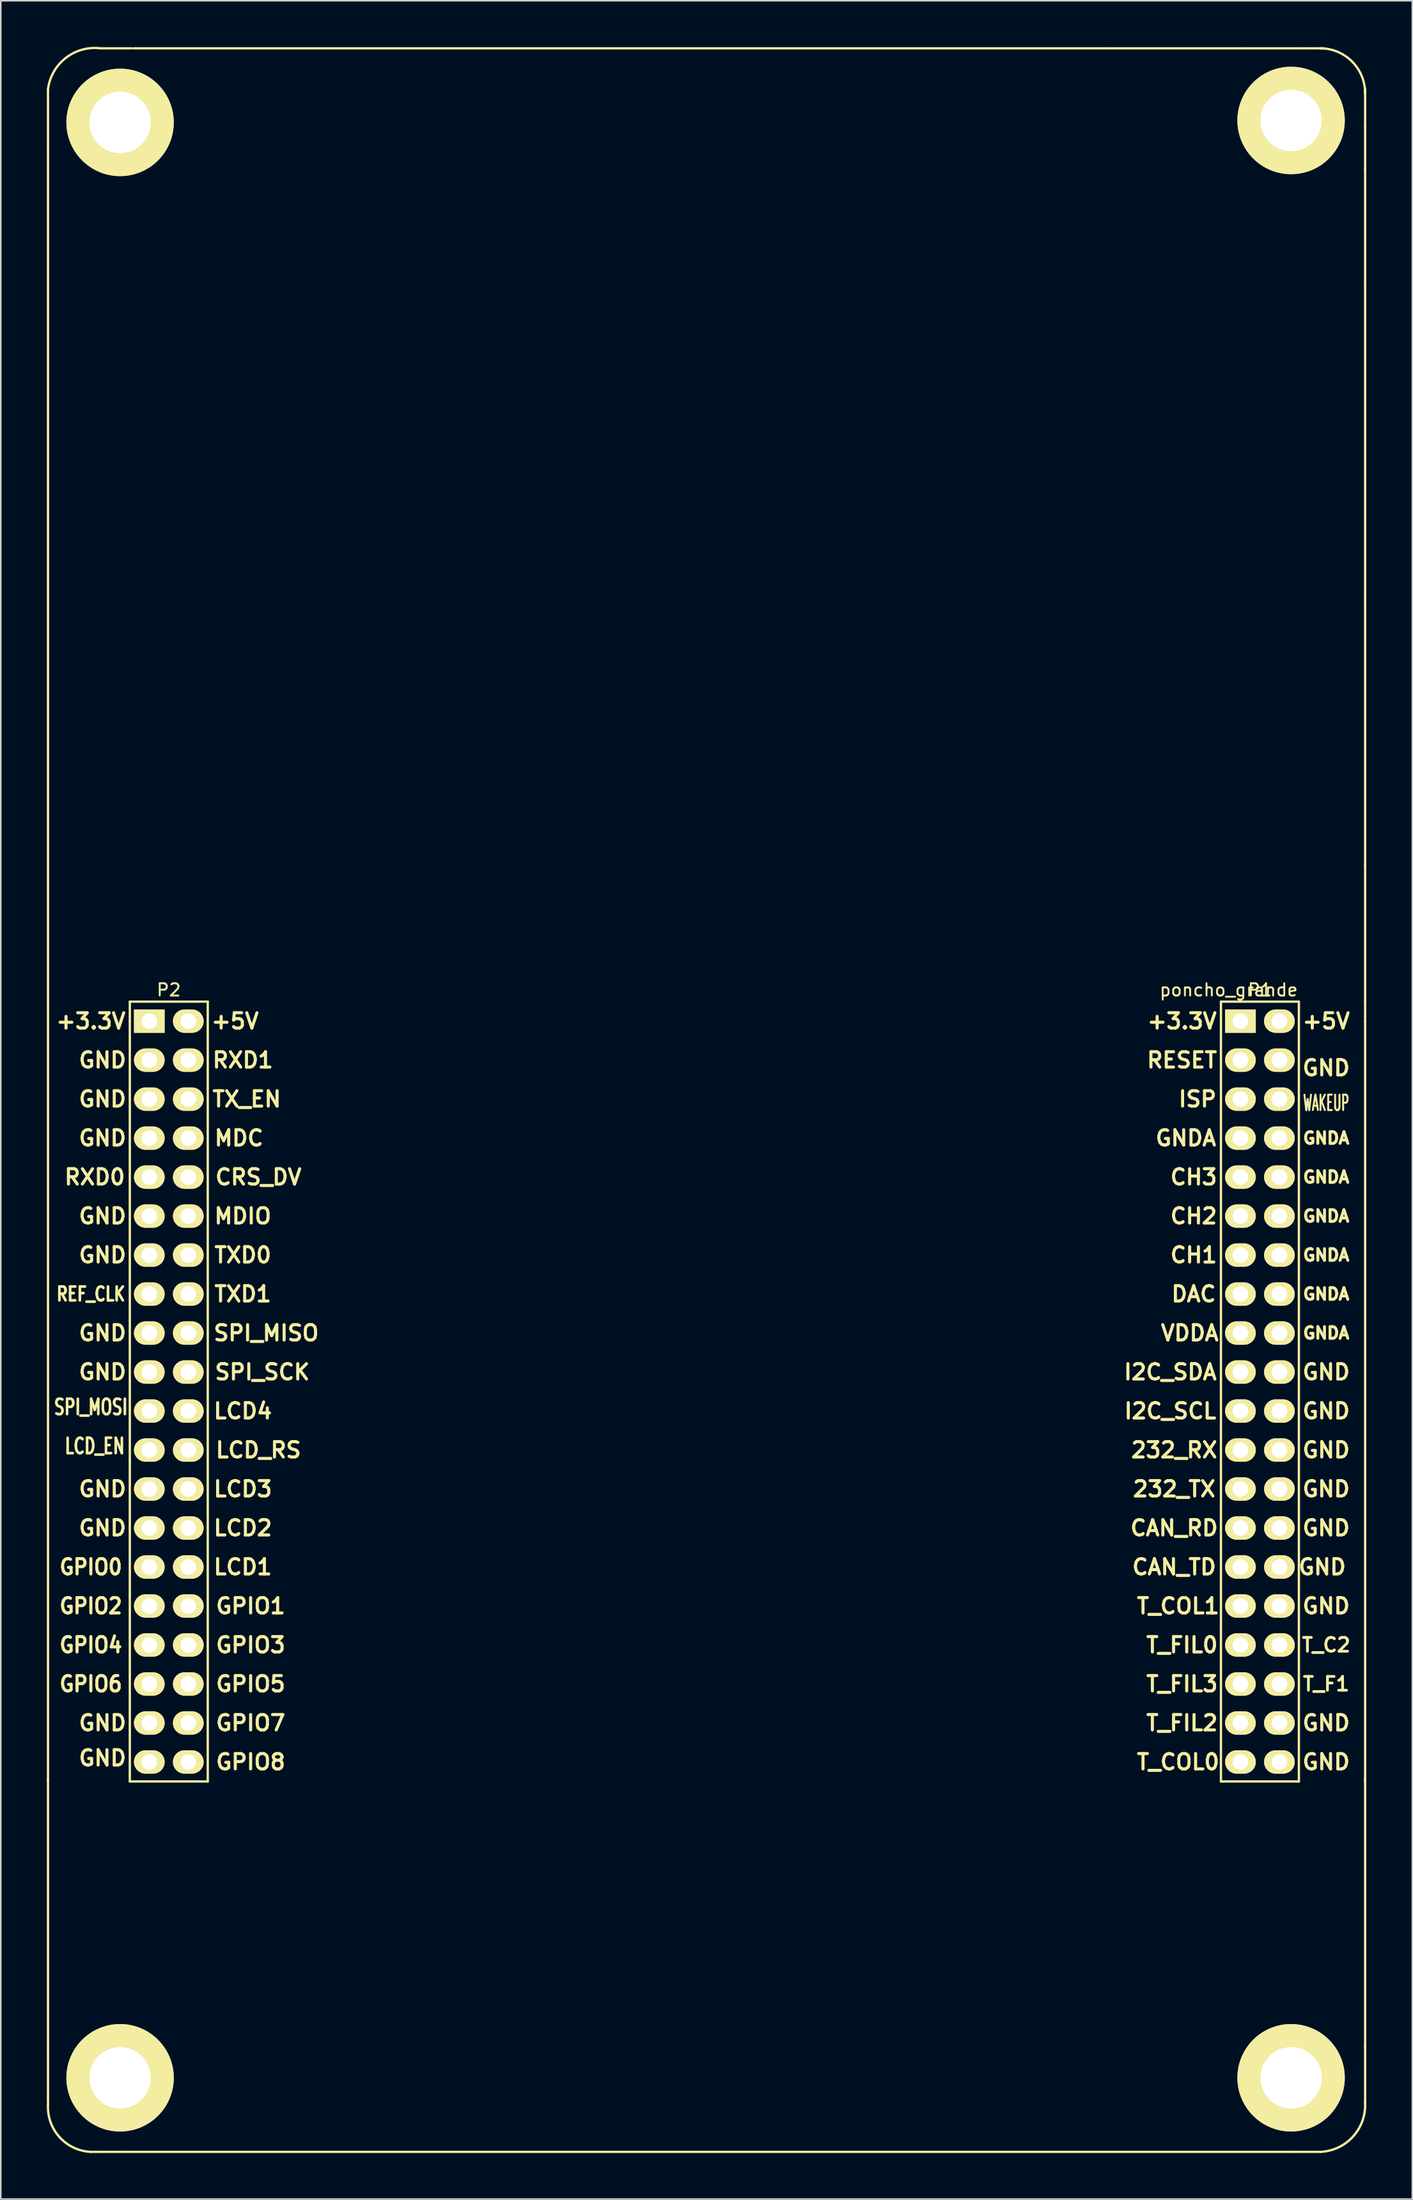
<source format=kicad_pcb>
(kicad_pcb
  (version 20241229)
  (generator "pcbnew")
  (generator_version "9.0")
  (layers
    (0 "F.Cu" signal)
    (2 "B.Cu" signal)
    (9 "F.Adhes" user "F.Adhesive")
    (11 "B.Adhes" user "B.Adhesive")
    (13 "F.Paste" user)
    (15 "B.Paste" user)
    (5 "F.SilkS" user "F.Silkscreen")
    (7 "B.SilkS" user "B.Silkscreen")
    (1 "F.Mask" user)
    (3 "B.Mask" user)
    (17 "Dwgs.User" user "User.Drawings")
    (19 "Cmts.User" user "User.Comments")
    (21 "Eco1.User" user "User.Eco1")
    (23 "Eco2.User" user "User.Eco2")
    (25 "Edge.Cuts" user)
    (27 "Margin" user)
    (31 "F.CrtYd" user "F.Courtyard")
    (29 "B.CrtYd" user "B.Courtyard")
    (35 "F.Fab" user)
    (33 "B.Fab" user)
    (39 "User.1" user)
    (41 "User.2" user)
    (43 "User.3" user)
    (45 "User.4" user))
  (footprint "poncho_grande"
    (layer "F.Cu")
    (at 77.802 63.472)
    (property "Reference" "poncho_grande" (at -0.762 -2.032 180) (layer "F.SilkS") (effects (font (size 0.8 0.8) (thickness 0.12))))
    (attr through_hole)
    (fp_line (start -77.724 -60.706) (end -77.724 -56.769) (stroke (width 0.15) (type solid)) (layer "F.SilkS"))
    (fp_line (start -77.724 -1.27) (end -77.724 -56.769) (stroke (width 0.15) (type solid)) (layer "F.SilkS"))
    (fp_line (start -77.724 -1.27) (end -77.724 49.53) (stroke (width 0.15) (type solid)) (layer "F.SilkS"))
    (fp_line (start -77.724 49.403) (end -77.724 67.056) (stroke (width 0.15) (type solid)) (layer "F.SilkS"))
    (fp_line (start -77.724 67.056) (end -77.724 70.104) (stroke (width 0.15) (type solid)) (layer "F.SilkS"))
    (fp_line (start -77.724 70.612) (end -77.724 70.104) (stroke (width 0.15) (type solid)) (layer "F.SilkS"))
    (fp_line (start -74.422 73.66) (end -74.93 73.66) (stroke (width 0.15) (type solid)) (layer "F.SilkS"))
    (fp_line (start -73.025 73.66) (end -74.422 73.66) (stroke (width 0.15) (type solid)) (layer "F.SilkS"))
    (fp_line (start -72.39 -1.27) (end -67.31 -1.27) (stroke (width 0.15) (type solid)) (layer "F.SilkS"))
    (fp_line (start -72.39 0) (end -72.39 -1.27) (stroke (width 0.15) (type solid)) (layer "F.SilkS"))
    (fp_line (start -72.39 49.53) (end -72.39 0) (stroke (width 0.15) (type solid)) (layer "F.SilkS"))
    (fp_line (start -72.263 -63.373) (end -74.295 -63.373) (stroke (width 0.15) (type solid)) (layer "F.SilkS"))
    (fp_line (start -67.31 -1.27) (end -67.31 49.53) (stroke (width 0.15) (type solid)) (layer "F.SilkS"))
    (fp_line (start -67.31 49.53) (end -72.39 49.53) (stroke (width 0.15) (type solid)) (layer "F.SilkS"))
    (fp_line (start -8.636 -63.373) (end -72.136 -63.373) (stroke (width 0.15) (type solid)) (layer "F.SilkS"))
    (fp_line (start -1.27 49.53) (end -1.27 -1.27) (stroke (width 0.15) (type solid)) (layer "F.SilkS"))
    (fp_line (start 0 -63.373) (end -8.636 -63.373) (stroke (width 0.15) (type solid)) (layer "F.SilkS"))
    (fp_line (start 0 -63.373) (end 3.937 -63.373) (stroke (width 0.15) (type solid)) (layer "F.SilkS"))
    (fp_line (start 3.302 73.66) (end -73.025 73.66) (stroke (width 0.15) (type solid)) (layer "F.SilkS"))
    (fp_line (start 3.302 73.66) (end 5.207 73.66) (stroke (width 0.15) (type solid)) (layer "F.SilkS"))
    (fp_line (start 3.81 -1.27) (end -1.27 -1.27) (stroke (width 0.15) (type solid)) (layer "F.SilkS"))
    (fp_line (start 3.81 49.53) (end -1.27 49.53) (stroke (width 0.15) (type solid)) (layer "F.SilkS"))
    (fp_line (start 3.81 49.53) (end 3.81 -1.27) (stroke (width 0.15) (type solid)) (layer "F.SilkS"))
    (fp_line (start 3.937 -63.373) (end 4.826 -63.373) (stroke (width 0.15) (type solid)) (layer "F.SilkS"))
    (fp_line (start 5.461 -63.373) (end 4.826 -63.373) (stroke (width 0.15) (type solid)) (layer "F.SilkS"))
    (fp_line (start 8.128 -60.706) (end 8.128 -60.452) (stroke (width 0.15) (type solid)) (layer "F.SilkS"))
    (fp_line (start 8.128 -60.579) (end 8.128 -60.706) (stroke (width 0.15) (type solid)) (layer "F.SilkS"))
    (fp_line (start 8.128 -58.293) (end 8.128 -60.579) (stroke (width 0.15) (type solid)) (layer "F.SilkS"))
    (fp_line (start 8.128 -55.499) (end 8.128 -58.293) (stroke (width 0.15) (type solid)) (layer "F.SilkS"))
    (fp_line (start 8.128 -48.26) (end 8.128 -55.499) (stroke (width 0.15) (type solid)) (layer "F.SilkS"))
    (fp_line (start 8.128 -27.432) (end 8.128 -48.26) (stroke (width 0.15) (type solid)) (layer "F.SilkS"))
    (fp_line (start 8.128 -10.16) (end 8.128 -27.432) (stroke (width 0.15) (type solid)) (layer "F.SilkS"))
    (fp_line (start 8.128 -1.27) (end 8.128 -10.16) (stroke (width 0.15) (type solid)) (layer "F.SilkS"))
    (fp_line (start 8.128 0) (end 8.128 -1.27) (stroke (width 0.15) (type solid)) (layer "F.SilkS"))
    (fp_line (start 8.128 0) (end 8.128 49.53) (stroke (width 0.15) (type solid)) (layer "F.SilkS"))
    (fp_line (start 8.128 49.403) (end 8.128 66.802) (stroke (width 0.15) (type solid)) (layer "F.SilkS"))
    (fp_line (start 8.128 66.802) (end 8.128 70.485) (stroke (width 0.15) (type solid)) (layer "F.SilkS"))
    (fp_arc (start -77.724 -60.706) (mid -76.561854 -62.749669) (end -74.295 -63.373) (stroke (width 0.15) (type solid)) (layer "F.SilkS"))
    (fp_arc (start -74.93 73.66) (mid -76.958261 72.714656) (end -77.724 70.612) (stroke (width 0.15) (type solid)) (layer "F.SilkS"))
    (fp_arc (start 5.207 -63.373) (mid 7.272459 -62.517459) (end 8.128 -60.452) (stroke (width 0.15) (type solid)) (layer "F.SilkS"))
    (fp_arc (start 8.128 70.485) (mid 7.325064 72.677459) (end 5.207 73.66) (stroke (width 0.15) (type solid)) (layer "F.SilkS"))
    (fp_text user "P1" (at 1.27 -2.032 0) (layer "F.SilkS") (effects (font (size 0.8 0.8) (thickness 0.12))))
    (fp_text user "SPI_MISO" (at -63.5 20.32 0) (layer "F.SilkS") (effects (font (size 1 1) (thickness 0.2))))
    (fp_text user "T_F1" (at 5.588 43.18 0) (layer "F.SilkS") (effects (font (size 0.9 0.9) (thickness 0.18))))
    (fp_text user "LCD3" (at -65.024 30.48 0) (layer "F.SilkS") (effects (font (size 1 1) (thickness 0.2))))
    (fp_text user "GND" (at -74.168 7.62 0) (layer "F.SilkS") (effects (font (size 1 1) (thickness 0.2))))
    (fp_text user "GND" (at -74.168 30.48 0) (layer "F.SilkS") (effects (font (size 1 1) (thickness 0.2))))
    (fp_text user "GND" (at -74.168 48.006 0) (layer "F.SilkS") (effects (font (size 1 1) (thickness 0.2))))
    (fp_text user "GPIO2" (at -74.93 38.1 0) (layer "F.SilkS") (effects (font (size 1 0.9) (thickness 0.2))))
    (fp_text user "GND" (at 5.588 22.86 0) (layer "F.SilkS") (effects (font (size 1 1) (thickness 0.2))))
    (fp_text user "+3.3V" (at -74.93 0 0) (layer "F.SilkS") (effects (font (size 1 1) (thickness 0.2))))
    (fp_text user "+5V" (at 5.588 0 0) (layer "F.SilkS") (effects (font (size 1 1) (thickness 0.2))))
    (fp_text user "GND" (at -74.168 20.32 0) (layer "F.SilkS") (effects (font (size 1 1) (thickness 0.2))))
    (fp_text user "GND" (at -74.168 5.08 0) (layer "F.SilkS") (effects (font (size 1 1) (thickness 0.2))))
    (fp_text user "T_FIL0" (at -3.81 40.64 0) (layer "F.SilkS") (effects (font (size 1 1) (thickness 0.2))))
    (fp_text user "GNDA" (at 5.588 20.32 0) (layer "F.SilkS") (effects (font (size 0.76 0.76) (thickness 0.19))))
    (fp_text user "GNDA" (at 5.588 15.24 0) (layer "F.SilkS") (effects (font (size 0.76 0.76) (thickness 0.19))))
    (fp_text user "TXD1" (at -65.024 17.78 0) (layer "F.SilkS") (effects (font (size 1 1) (thickness 0.2))))
    (fp_text user "GNDA" (at -3.556 7.62 0) (layer "F.SilkS") (effects (font (size 1 1) (thickness 0.2))))
    (fp_text user "I2C_SDA" (at -4.572 22.86 0) (layer "F.SilkS") (effects (font (size 1 1) (thickness 0.2))))
    (fp_text user "LCD2" (at -65.024 33.02 0) (layer "F.SilkS") (effects (font (size 1 1) (thickness 0.2))))
    (fp_text user "GND" (at -74.168 45.72 0) (layer "F.SilkS") (effects (font (size 1 1) (thickness 0.2))))
    (fp_text user "LCD4" (at -65.024 25.4 0) (layer "F.SilkS") (effects (font (size 1 1) (thickness 0.2))))
    (fp_text user "GNDA" (at 5.588 17.78 0) (layer "F.SilkS") (effects (font (size 0.76 0.76) (thickness 0.19))))
    (fp_text user "GPIO1" (at -64.516 38.1 0) (layer "F.SilkS") (effects (font (size 1 1) (thickness 0.2))))
    (fp_text user "T_COL0" (at -4.064 48.26 0) (layer "F.SilkS") (effects (font (size 1 1) (thickness 0.2))))
    (fp_text user "LCD1" (at -65.024 35.56 0) (layer "F.SilkS") (effects (font (size 1 1) (thickness 0.2))))
    (fp_text user "GNDA" (at 5.588 12.7 0) (layer "F.SilkS") (effects (font (size 0.76 0.76) (thickness 0.19))))
    (fp_text user "GND" (at 5.588 33.02 0) (layer "F.SilkS") (effects (font (size 1 1) (thickness 0.2))))
    (fp_text user "232_TX" (at -4.318 30.48 0) (layer "F.SilkS") (effects (font (size 1 1) (thickness 0.2))))
    (fp_text user "T_FIL2" (at -3.81 45.72 0) (layer "F.SilkS") (effects (font (size 1 1) (thickness 0.2))))
    (fp_text user "GND" (at 5.588 30.48 0) (layer "F.SilkS") (effects (font (size 1 1) (thickness 0.2))))
    (fp_text user "MDC" (at -65.278 7.62 0) (layer "F.SilkS") (effects (font (size 1 1) (thickness 0.2))))
    (fp_text user "REF_CLK" (at -74.93 17.78 0) (layer "F.SilkS") (effects (font (size 0.9 0.7) (thickness 0.175))))
    (fp_text user "LCD_RS" (at -64.008 27.94 0) (layer "F.SilkS") (effects (font (size 1 1) (thickness 0.2))))
    (fp_text user "CH1" (at -3.048 15.24 0) (layer "F.SilkS") (effects (font (size 1 1) (thickness 0.2))))
    (fp_text user "GND" (at 5.588 3.048 0) (layer "F.SilkS") (effects (font (size 1 1) (thickness 0.2))))
    (fp_text user "MDIO" (at -65.024 12.7 0) (layer "F.SilkS") (effects (font (size 1 1) (thickness 0.2))))
    (fp_text user "T_C2" (at 5.588 40.64 0) (layer "F.SilkS") (effects (font (size 0.9 0.9) (thickness 0.18))))
    (fp_text user "ISP" (at -2.794 5.08 0) (layer "F.SilkS") (effects (font (size 1 1) (thickness 0.2))))
    (fp_text user "SPI_MOSI" (at -74.93 25.146 0) (layer "F.SilkS") (effects (font (size 1 0.7) (thickness 0.17))))
    (fp_text user "CRS_DV" (at -64.008 10.16 0) (layer "F.SilkS") (effects (font (size 1 1) (thickness 0.2))))
    (fp_text user "GND" (at -74.168 12.7 0) (layer "F.SilkS") (effects (font (size 1 1) (thickness 0.2))))
    (fp_text user "GND" (at -74.168 2.54 0) (layer "F.SilkS") (effects (font (size 1 1) (thickness 0.2))))
    (fp_text user "T_FIL3" (at -3.81 43.18 0) (layer "F.SilkS") (effects (font (size 1 1) (thickness 0.2))))
    (fp_text user "RESET" (at -3.81 2.54 0) (layer "F.SilkS") (effects (font (size 1 1) (thickness 0.2))))
    (fp_text user "GPIO0" (at -74.93 35.56 0) (layer "F.SilkS") (effects (font (size 1 0.9) (thickness 0.2))))
    (fp_text user "SPI_SCK" (at -63.754 22.86 0) (layer "F.SilkS") (effects (font (size 1 1) (thickness 0.2))))
    (fp_text user "DAC" (at -3.048 17.78 0) (layer "F.SilkS") (effects (font (size 1 1) (thickness 0.2))))
    (fp_text user "232_RX" (at -4.318 27.94 0) (layer "F.SilkS") (effects (font (size 1 1) (thickness 0.2))))
    (fp_text user "GNDA" (at 5.588 10.16 0) (layer "F.SilkS") (effects (font (size 0.76 0.76) (thickness 0.19))))
    (fp_text user "WAKEUP" (at 5.588 5.334 0) (layer "F.SilkS") (effects (font (size 1 0.5) (thickness 0.125))))
    (fp_text user "GPIO4" (at -74.93 40.64 0) (layer "F.SilkS") (effects (font (size 1 0.9) (thickness 0.2))))
    (fp_text user "GND" (at -74.168 22.86 0) (layer "F.SilkS") (effects (font (size 1 1) (thickness 0.2))))
    (fp_text user "CH3" (at -3.048 10.16 0) (layer "F.SilkS") (effects (font (size 1 1) (thickness 0.2))))
    (fp_text user "GND" (at 5.588 25.4 0) (layer "F.SilkS") (effects (font (size 1 1) (thickness 0.2))))
    (fp_text user "T_COL1" (at -4.064 38.1 0) (layer "F.SilkS") (effects (font (size 1 1) (thickness 0.2))))
    (fp_text user "GPIO7" (at -64.516 45.72 0) (layer "F.SilkS") (effects (font (size 1 1) (thickness 0.2))))
    (fp_text user "GND" (at 5.588 48.26 0) (layer "F.SilkS") (effects (font (size 1 1) (thickness 0.2))))
    (fp_text user "GNDA" (at 5.588 7.62 0) (layer "F.SilkS") (effects (font (size 0.76 0.76) (thickness 0.19))))
    (fp_text user "+5V" (at -65.532 0 0) (layer "F.SilkS") (effects (font (size 1 1) (thickness 0.2))))
    (fp_text user "GND" (at -74.168 33.02 0) (layer "F.SilkS") (effects (font (size 1 1) (thickness 0.2))))
    (fp_text user "I2C_SCL" (at -4.572 25.4 0) (layer "F.SilkS") (effects (font (size 1 1) (thickness 0.2))))
    (fp_text user "GPIO5" (at -64.516 43.18 0) (layer "F.SilkS") (effects (font (size 1 1) (thickness 0.2))))
    (fp_text user "P2" (at -69.85 -2.032 0) (layer "F.SilkS") (effects (font (size 0.8 0.8) (thickness 0.12))))
    (fp_text user "+3.3V" (at -3.81 0 0) (layer "F.SilkS") (effects (font (size 1 1) (thickness 0.2))))
    (fp_text user "GND" (at 5.588 38.1 0) (layer "F.SilkS") (effects (font (size 1 1) (thickness 0.2))))
    (fp_text user "RXD1" (at -65.024 2.54 0) (layer "F.SilkS") (effects (font (size 1 1) (thickness 0.2))))
    (fp_text user "RXD0" (at -74.676 10.16 0) (layer "F.SilkS") (effects (font (size 1 1) (thickness 0.2))))
    (fp_text user "GPIO3" (at -64.516 40.64 0) (layer "F.SilkS") (effects (font (size 1 1) (thickness 0.2))))
    (fp_text user "GND" (at 5.588 27.94 0) (layer "F.SilkS") (effects (font (size 1 1) (thickness 0.2))))
    (fp_text user "GND" (at 5.588 45.72 0) (layer "F.SilkS") (effects (font (size 1 1) (thickness 0.2))))
    (fp_text user "VDDA" (at -3.302 20.32 0) (layer "F.SilkS") (effects (font (size 1 1) (thickness 0.2))))
    (fp_text user "GND" (at 5.334 35.56 0) (layer "F.SilkS") (effects (font (size 1 1) (thickness 0.2))))
    (fp_text user "GPIO6" (at -74.93 43.18 0) (layer "F.SilkS") (effects (font (size 1 0.9) (thickness 0.2))))
    (fp_text user "GPIO8" (at -64.516 48.26 0) (layer "F.SilkS") (effects (font (size 1 1) (thickness 0.2))))
    (fp_text user "CH2" (at -3.048 12.7 0) (layer "F.SilkS") (effects (font (size 1 1) (thickness 0.2))))
    (fp_text user "CAN_TD" (at -4.318 35.56 0) (layer "F.SilkS") (effects (font (size 1 1) (thickness 0.2))))
    (fp_text user "GND" (at -74.168 15.24 0) (layer "F.SilkS") (effects (font (size 1 1) (thickness 0.2))))
    (fp_text user "TX_EN" (at -64.77 5.08 0) (layer "F.SilkS") (effects (font (size 1 1) (thickness 0.2))))
    (fp_text user "LCD_EN" (at -74.676 27.686 0) (layer "F.SilkS") (effects (font (size 1 0.7) (thickness 0.17))))
    (fp_text user "TXD0" (at -65.024 15.24 0) (layer "F.SilkS") (effects (font (size 1 1) (thickness 0.2))))
    (fp_text user "CAN_RD" (at -4.318 33.02 0) (layer "F.SilkS") (effects (font (size 1 1) (thickness 0.2))))
    (pad "1" thru_hole rect (at 0 0 270) (size 1.524 2) (drill 1.016) (layers "*.Cu" "*.Mask" "F.SilkS"))
    (pad "2" thru_hole oval (at 2.54 0 270) (size 1.524 2) (drill 1.016) (layers "*.Cu" "*.Mask" "F.SilkS"))
    (pad "3" thru_hole oval (at 0 2.54 270) (size 1.524 2) (drill 1.016) (layers "*.Cu" "*.Mask" "F.SilkS"))
    (pad "4" thru_hole oval (at 2.54 2.54 270) (size 1.524 2) (drill 1.016) (layers "*.Cu" "*.Mask" "F.SilkS"))
    (pad "5" thru_hole oval (at 0 5.08 270) (size 1.524 2) (drill 1.016) (layers "*.Cu" "*.Mask" "F.SilkS"))
    (pad "6" thru_hole oval (at 2.54 5.08 270) (size 1.524 2) (drill 1.016) (layers "*.Cu" "*.Mask" "F.SilkS"))
    (pad "7" thru_hole oval (at 0 7.62 270) (size 1.524 2) (drill 1.016) (layers "*.Cu" "*.Mask" "F.SilkS"))
    (pad "8" thru_hole oval (at 2.54 7.62 270) (size 1.524 2) (drill 1.016) (layers "*.Cu" "*.Mask" "F.SilkS"))
    (pad "9" thru_hole oval (at 0 10.16 270) (size 1.524 2) (drill 1.016) (layers "*.Cu" "*.Mask" "F.SilkS"))
    (pad "10" thru_hole oval (at 2.54 10.16 270) (size 1.524 2) (drill 1.016) (layers "*.Cu" "*.Mask" "F.SilkS"))
    (pad "11" thru_hole oval (at 0 12.7 270) (size 1.524 2) (drill 1.016) (layers "*.Cu" "*.Mask" "F.SilkS"))
    (pad "12" thru_hole oval (at 2.54 12.7 270) (size 1.524 2) (drill 1.016) (layers "*.Cu" "*.Mask" "F.SilkS"))
    (pad "13" thru_hole oval (at 0 15.24 270) (size 1.524 2) (drill 1.016) (layers "*.Cu" "*.Mask" "F.SilkS"))
    (pad "14" thru_hole oval (at 2.54 15.24 270) (size 1.524 2) (drill 1.016) (layers "*.Cu" "*.Mask" "F.SilkS"))
    (pad "15" thru_hole oval (at 0 17.78 270) (size 1.524 2) (drill 1.016) (layers "*.Cu" "*.Mask" "F.SilkS"))
    (pad "16" thru_hole oval (at 2.54 17.78 270) (size 1.524 2) (drill 1.016) (layers "*.Cu" "*.Mask" "F.SilkS"))
    (pad "17" thru_hole oval (at 0 20.32 270) (size 1.524 2) (drill 1.016) (layers "*.Cu" "*.Mask" "F.SilkS"))
    (pad "18" thru_hole oval (at 2.54 20.32 270) (size 1.524 2) (drill 1.016) (layers "*.Cu" "*.Mask" "F.SilkS"))
    (pad "19" thru_hole oval (at 0 22.86 270) (size 1.524 2) (drill 1.016) (layers "*.Cu" "*.Mask" "F.SilkS"))
    (pad "20" thru_hole oval (at 2.54 22.86 270) (size 1.524 2) (drill 1.016) (layers "*.Cu" "*.Mask" "F.SilkS"))
    (pad "21" thru_hole oval (at 0 25.4 270) (size 1.524 2) (drill 1.016) (layers "*.Cu" "*.Mask" "F.SilkS"))
    (pad "22" thru_hole oval (at 2.54 25.4 270) (size 1.524 2) (drill 1.016) (layers "*.Cu" "*.Mask" "F.SilkS"))
    (pad "23" thru_hole oval (at 0 27.94 270) (size 1.524 2) (drill 1.016) (layers "*.Cu" "*.Mask" "F.SilkS"))
    (pad "24" thru_hole oval (at 2.54 27.94 270) (size 1.524 2) (drill 1.016) (layers "*.Cu" "*.Mask" "F.SilkS"))
    (pad "25" thru_hole oval (at 0 30.48 270) (size 1.524 2) (drill 1.016) (layers "*.Cu" "*.Mask" "F.SilkS"))
    (pad "26" thru_hole oval (at 2.54 30.48 270) (size 1.524 2) (drill 1.016) (layers "*.Cu" "*.Mask" "F.SilkS"))
    (pad "27" thru_hole oval (at 0 33.02 270) (size 1.524 2) (drill 1.016) (layers "*.Cu" "*.Mask" "F.SilkS"))
    (pad "28" thru_hole oval (at 2.54 33.02 270) (size 1.524 2) (drill 1.016) (layers "*.Cu" "*.Mask" "F.SilkS"))
    (pad "29" thru_hole oval (at 0 35.56 270) (size 1.524 2) (drill 1.016) (layers "*.Cu" "*.Mask" "F.SilkS"))
    (pad "30" thru_hole oval (at 2.54 35.56 270) (size 1.524 2) (drill 1.016) (layers "*.Cu" "*.Mask" "F.SilkS"))
    (pad "31" thru_hole oval (at 0 38.1 270) (size 1.524 2) (drill 1.016) (layers "*.Cu" "*.Mask" "F.SilkS"))
    (pad "32" thru_hole oval (at 2.54 38.1 270) (size 1.524 2) (drill 1.016) (layers "*.Cu" "*.Mask" "F.SilkS"))
    (pad "33" thru_hole oval (at 0 40.64 270) (size 1.524 2) (drill 1.016) (layers "*.Cu" "*.Mask" "F.SilkS"))
    (pad "34" thru_hole oval (at 2.54 40.64 270) (size 1.524 2) (drill 1.016) (layers "*.Cu" "*.Mask" "F.SilkS"))
    (pad "35" thru_hole oval (at 0 43.18 270) (size 1.524 2) (drill 1.016) (layers "*.Cu" "*.Mask" "F.SilkS"))
    (pad "36" thru_hole oval (at 2.54 43.18 270) (size 1.524 2) (drill 1.016) (layers "*.Cu" "*.Mask" "F.SilkS"))
    (pad "37" thru_hole oval (at 0 45.72 270) (size 1.524 2) (drill 1.016) (layers "*.Cu" "*.Mask" "F.SilkS"))
    (pad "38" thru_hole oval (at 2.54 45.72 270) (size 1.524 2) (drill 1.016) (layers "*.Cu" "*.Mask" "F.SilkS"))
    (pad "39" thru_hole oval (at 0 48.26 270) (size 1.524 2) (drill 1.016) (layers "*.Cu" "*.Mask" "F.SilkS"))
    (pad "40" thru_hole oval (at 2.54 48.26 270) (size 1.524 2) (drill 1.016) (layers "*.Cu" "*.Mask" "F.SilkS"))
    (pad "41" thru_hole rect (at -71.12 0 270) (size 1.524 2) (drill 1.016) (layers "*.Cu" "*.Mask" "F.SilkS"))
    (pad "42" thru_hole oval (at -68.58 0 270) (size 1.524 2) (drill 1.016) (layers "*.Cu" "*.Mask" "F.SilkS"))
    (pad "43" thru_hole oval (at -71.12 2.54 270) (size 1.524 2) (drill 1.016) (layers "*.Cu" "*.Mask" "F.SilkS"))
    (pad "44" thru_hole oval (at -68.58 2.54 270) (size 1.524 2) (drill 1.016) (layers "*.Cu" "*.Mask" "F.SilkS"))
    (pad "45" thru_hole oval (at -71.12 5.08 270) (size 1.524 2) (drill 1.016) (layers "*.Cu" "*.Mask" "F.SilkS"))
    (pad "46" thru_hole oval (at -68.58 5.08 270) (size 1.524 2) (drill 1.016) (layers "*.Cu" "*.Mask" "F.SilkS"))
    (pad "47" thru_hole oval (at -71.12 7.62 270) (size 1.524 2) (drill 1.016) (layers "*.Cu" "*.Mask" "F.SilkS"))
    (pad "48" thru_hole oval (at -68.58 7.62 270) (size 1.524 2) (drill 1.016) (layers "*.Cu" "*.Mask" "F.SilkS"))
    (pad "49" thru_hole oval (at -71.12 10.16 270) (size 1.524 2) (drill 1.016) (layers "*.Cu" "*.Mask" "F.SilkS"))
    (pad "50" thru_hole oval (at -68.58 10.16 270) (size 1.524 2) (drill 1.016) (layers "*.Cu" "*.Mask" "F.SilkS"))
    (pad "51" thru_hole oval (at -71.12 12.7 270) (size 1.524 2) (drill 1.016) (layers "*.Cu" "*.Mask" "F.SilkS"))
    (pad "52" thru_hole oval (at -68.58 12.7 270) (size 1.524 2) (drill 1.016) (layers "*.Cu" "*.Mask" "F.SilkS"))
    (pad "53" thru_hole oval (at -71.12 15.24 270) (size 1.524 2) (drill 1.016) (layers "*.Cu" "*.Mask" "F.SilkS"))
    (pad "54" thru_hole oval (at -68.58 15.24 270) (size 1.524 2) (drill 1.016) (layers "*.Cu" "*.Mask" "F.SilkS"))
    (pad "55" thru_hole oval (at -71.12 17.78 270) (size 1.524 2) (drill 1.016) (layers "*.Cu" "*.Mask" "F.SilkS"))
    (pad "56" thru_hole oval (at -68.58 17.78 270) (size 1.524 2) (drill 1.016) (layers "*.Cu" "*.Mask" "F.SilkS"))
    (pad "57" thru_hole oval (at -71.12 20.32 270) (size 1.524 2) (drill 1.016) (layers "*.Cu" "*.Mask" "F.SilkS"))
    (pad "58" thru_hole oval (at -68.58 20.32 270) (size 1.524 2) (drill 1.016) (layers "*.Cu" "*.Mask" "F.SilkS"))
    (pad "59" thru_hole oval (at -71.12 22.86 270) (size 1.524 2) (drill 1.016) (layers "*.Cu" "*.Mask" "F.SilkS"))
    (pad "60" thru_hole oval (at -68.58 22.86 270) (size 1.524 2) (drill 1.016) (layers "*.Cu" "*.Mask" "F.SilkS"))
    (pad "61" thru_hole oval (at -71.12 25.4 270) (size 1.524 2) (drill 1.016) (layers "*.Cu" "*.Mask" "F.SilkS"))
    (pad "62" thru_hole oval (at -68.58 25.4 270) (size 1.524 2) (drill 1.016) (layers "*.Cu" "*.Mask" "F.SilkS"))
    (pad "63" thru_hole oval (at -71.12 27.94 270) (size 1.524 2) (drill 1.016) (layers "*.Cu" "*.Mask" "F.SilkS"))
    (pad "64" thru_hole oval (at -68.58 27.94 270) (size 1.524 2) (drill 1.016) (layers "*.Cu" "*.Mask" "F.SilkS"))
    (pad "65" thru_hole oval (at -71.12 30.48 270) (size 1.524 2) (drill 1.016) (layers "*.Cu" "*.Mask" "F.SilkS"))
    (pad "66" thru_hole oval (at -68.58 30.48 270) (size 1.524 2) (drill 1.016) (layers "*.Cu" "*.Mask" "F.SilkS"))
    (pad "67" thru_hole oval (at -71.12 33.02 270) (size 1.524 2) (drill 1.016) (layers "*.Cu" "*.Mask" "F.SilkS"))
    (pad "68" thru_hole oval (at -68.58 33.02 270) (size 1.524 2) (drill 1.016) (layers "*.Cu" "*.Mask" "F.SilkS"))
    (pad "69" thru_hole oval (at -71.12 35.56 270) (size 1.524 2) (drill 1.016) (layers "*.Cu" "*.Mask" "F.SilkS"))
    (pad "70" thru_hole oval (at -68.58 35.56 270) (size 1.524 2) (drill 1.016) (layers "*.Cu" "*.Mask" "F.SilkS"))
    (pad "71" thru_hole oval (at -71.12 38.1 270) (size 1.524 2) (drill 1.016) (layers "*.Cu" "*.Mask" "F.SilkS"))
    (pad "72" thru_hole oval (at -68.58 38.1 270) (size 1.524 2) (drill 1.016) (layers "*.Cu" "*.Mask" "F.SilkS"))
    (pad "73" thru_hole oval (at -71.12 40.64 270) (size 1.524 2) (drill 1.016) (layers "*.Cu" "*.Mask" "F.SilkS"))
    (pad "74" thru_hole oval (at -68.58 40.64 270) (size 1.524 2) (drill 1.016) (layers "*.Cu" "*.Mask" "F.SilkS"))
    (pad "75" thru_hole oval (at -71.12 43.18 270) (size 1.524 2) (drill 1.016) (layers "*.Cu" "*.Mask" "F.SilkS"))
    (pad "76" thru_hole oval (at -68.58 43.18 270) (size 1.524 2) (drill 1.016) (layers "*.Cu" "*.Mask" "F.SilkS"))
    (pad "77" thru_hole oval (at -71.12 45.72 270) (size 1.524 2) (drill 1.016) (layers "*.Cu" "*.Mask" "F.SilkS"))
    (pad "78" thru_hole oval (at -68.58 45.72 270) (size 1.524 2) (drill 1.016) (layers "*.Cu" "*.Mask" "F.SilkS"))
    (pad "79" thru_hole oval (at -71.12 48.26 270) (size 1.524 2) (drill 1.016) (layers "*.Cu" "*.Mask" "F.SilkS"))
    (pad "80" thru_hole oval (at -68.58 48.26 270) (size 1.524 2) (drill 1.016) (layers "*.Cu" "*.Mask" "F.SilkS"))
    (pad "~" thru_hole circle (at -73.025 -58.547) (size 7 7) (drill 4) (layers "*.Cu" "*.Mask" "F.SilkS"))
    (pad "~" thru_hole circle (at -73.025 68.834) (size 7 7) (drill 4) (layers "*.Cu" "*.Mask" "F.SilkS"))
    (pad "~" thru_hole circle (at 3.302 -58.674) (size 7 7) (drill 4) (layers "*.Cu" "*.Mask" "F.SilkS"))
    (pad "~" thru_hole circle (at 3.302 68.834) (size 7 7) (drill 4) (layers "*.Cu" "*.Mask" "F.SilkS")))
  (gr_rect
    (start -3 -3)
    (end 89.007 140.207)
    (stroke (width 0.1) (type default))
    (fill no)
    (layer "Edge.Cuts")))
</source>
